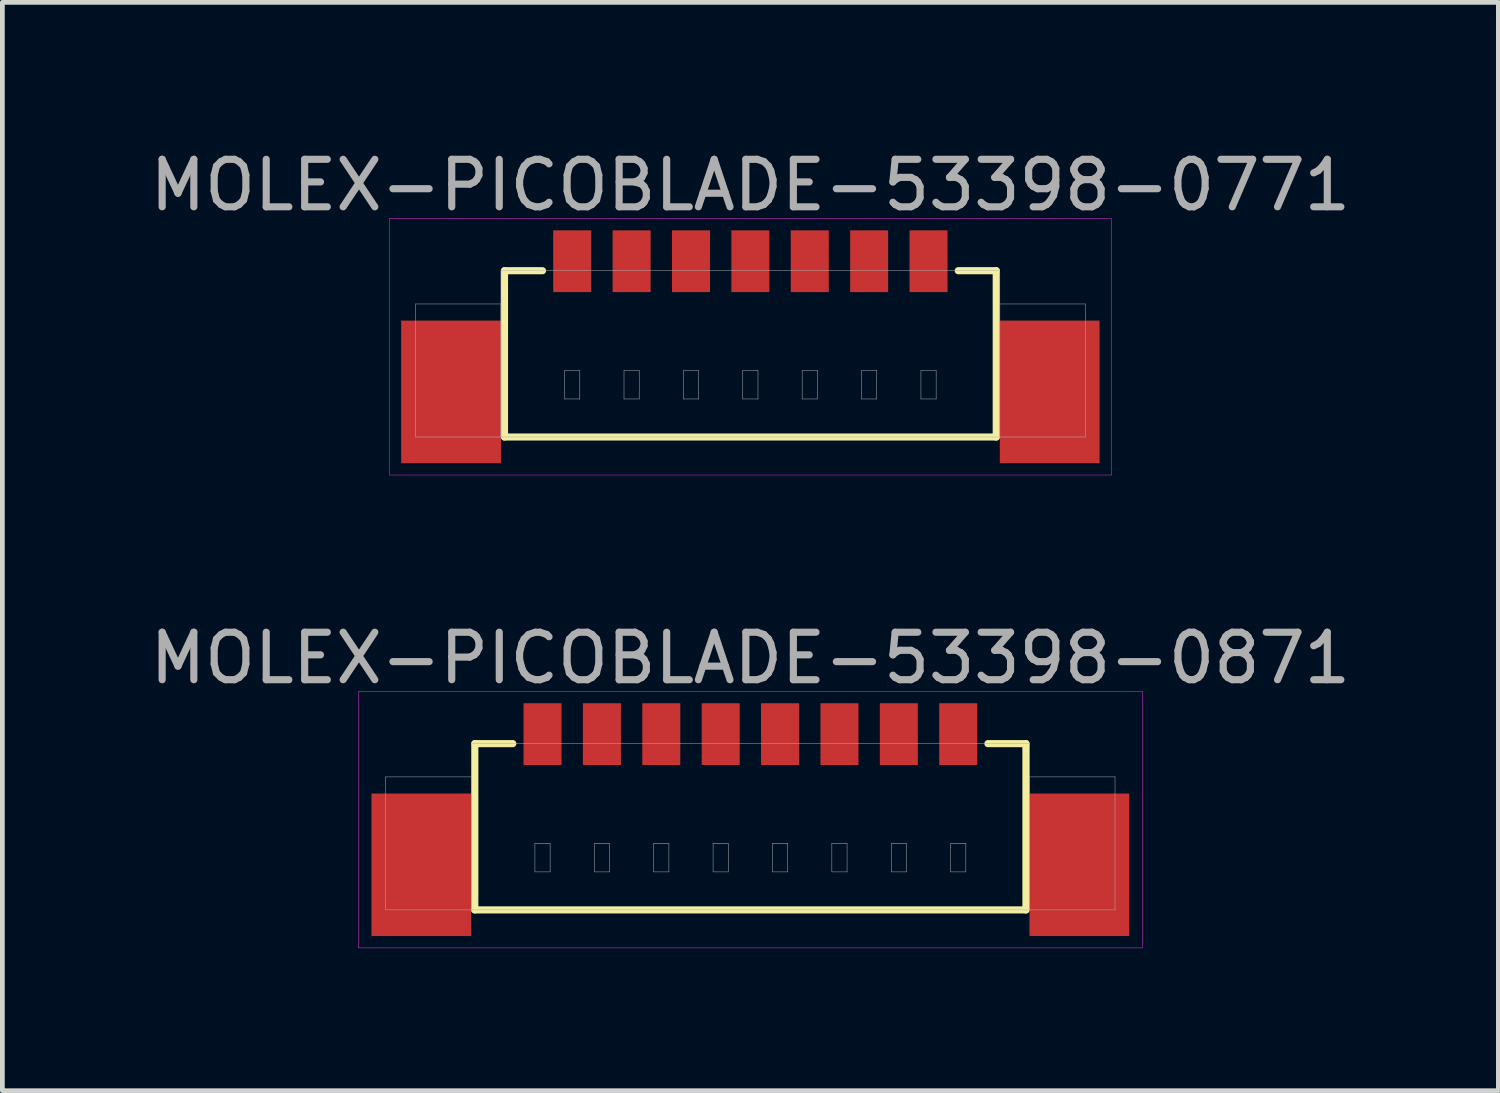
<source format=kicad_pcb>
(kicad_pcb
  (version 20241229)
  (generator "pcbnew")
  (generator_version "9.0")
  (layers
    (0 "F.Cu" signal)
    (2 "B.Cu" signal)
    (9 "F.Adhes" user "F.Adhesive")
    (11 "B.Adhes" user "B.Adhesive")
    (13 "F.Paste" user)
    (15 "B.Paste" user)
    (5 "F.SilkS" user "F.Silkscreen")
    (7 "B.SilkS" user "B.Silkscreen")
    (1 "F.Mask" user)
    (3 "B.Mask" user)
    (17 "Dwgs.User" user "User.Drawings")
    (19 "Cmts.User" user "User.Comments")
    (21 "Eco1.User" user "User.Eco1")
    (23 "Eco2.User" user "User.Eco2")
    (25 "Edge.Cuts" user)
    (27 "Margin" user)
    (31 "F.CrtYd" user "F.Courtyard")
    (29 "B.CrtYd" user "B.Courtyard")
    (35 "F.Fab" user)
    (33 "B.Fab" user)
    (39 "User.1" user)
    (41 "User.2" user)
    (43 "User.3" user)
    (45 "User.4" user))
  (footprint "MOLEX-PICOBLADE-53398-0871"
    (layer "F.Cu")
    (at 12.744 12.402)
    (property "Reference" "MOLEX-PICOBLADE-53398-0871" (at 0 -1.6 0) (layer "F.Fab") (effects (font (size 1 1) (thickness 0.15))))
    (attr through_hole)
    (fp_line (start -5.8 0.2) (end -5.8 3.7) (stroke (width 0.15) (type solid)) (layer "F.SilkS"))
    (fp_line (start -5.8 3.7) (end 5.8 3.7) (stroke (width 0.15) (type solid)) (layer "F.SilkS"))
    (fp_line (start -5 0.2) (end -5.8 0.2) (stroke (width 0.15) (type solid)) (layer "F.SilkS"))
    (fp_line (start 5 0.2) (end 5.8 0.2) (stroke (width 0.15) (type solid)) (layer "F.SilkS"))
    (fp_line (start 5.8 3.7) (end 5.8 0.2) (stroke (width 0.15) (type solid)) (layer "F.SilkS"))
    (fp_line (start -8.25 -0.9) (end 8.25 -0.9) (stroke (width 0.01) (type solid)) (layer "F.CrtYd"))
    (fp_line (start -8.25 4.5) (end -8.25 -0.9) (stroke (width 0.01) (type solid)) (layer "F.CrtYd"))
    (fp_line (start 8.25 -0.9) (end 8.25 4.5) (stroke (width 0.01) (type solid)) (layer "F.CrtYd"))
    (fp_line (start 8.25 4.5) (end -8.25 4.5) (stroke (width 0.01) (type solid)) (layer "F.CrtYd"))
    (fp_line (start -7.675 0.9) (end -5.875 0.9) (stroke (width 0.01) (type solid)) (layer "F.Fab"))
    (fp_line (start -7.675 3.7) (end -7.675 0.9) (stroke (width 0.01) (type solid)) (layer "F.Fab"))
    (fp_line (start -5.875 0.2) (end 5.875 0.2) (stroke (width 0.01) (type solid)) (layer "F.Fab"))
    (fp_line (start -5.875 0.9) (end -5.875 3.7) (stroke (width 0.01) (type solid)) (layer "F.Fab"))
    (fp_line (start -5.875 3.7) (end -7.675 3.7) (stroke (width 0.01) (type solid)) (layer "F.Fab"))
    (fp_line (start -5.875 3.7) (end -5.875 0.2) (stroke (width 0.01) (type solid)) (layer "F.Fab"))
    (fp_line (start -4.535 2.3) (end -4.215 2.3) (stroke (width 0.01) (type solid)) (layer "F.Fab"))
    (fp_line (start -4.535 2.9) (end -4.535 2.3) (stroke (width 0.01) (type solid)) (layer "F.Fab"))
    (fp_line (start -4.215 2.3) (end -4.215 2.9) (stroke (width 0.01) (type solid)) (layer "F.Fab"))
    (fp_line (start -4.215 2.9) (end -4.535 2.9) (stroke (width 0.01) (type solid)) (layer "F.Fab"))
    (fp_line (start -3.285 2.3) (end -2.965 2.3) (stroke (width 0.01) (type solid)) (layer "F.Fab"))
    (fp_line (start -3.285 2.9) (end -3.285 2.3) (stroke (width 0.01) (type solid)) (layer "F.Fab"))
    (fp_line (start -2.965 2.3) (end -2.965 2.9) (stroke (width 0.01) (type solid)) (layer "F.Fab"))
    (fp_line (start -2.965 2.9) (end -3.285 2.9) (stroke (width 0.01) (type solid)) (layer "F.Fab"))
    (fp_line (start -2.035 2.3) (end -1.715 2.3) (stroke (width 0.01) (type solid)) (layer "F.Fab"))
    (fp_line (start -2.035 2.9) (end -2.035 2.3) (stroke (width 0.01) (type solid)) (layer "F.Fab"))
    (fp_line (start -1.715 2.3) (end -1.715 2.9) (stroke (width 0.01) (type solid)) (layer "F.Fab"))
    (fp_line (start -1.715 2.9) (end -2.035 2.9) (stroke (width 0.01) (type solid)) (layer "F.Fab"))
    (fp_line (start -0.785 2.3) (end -0.465 2.3) (stroke (width 0.01) (type solid)) (layer "F.Fab"))
    (fp_line (start -0.785 2.9) (end -0.785 2.3) (stroke (width 0.01) (type solid)) (layer "F.Fab"))
    (fp_line (start -0.465 2.3) (end -0.465 2.9) (stroke (width 0.01) (type solid)) (layer "F.Fab"))
    (fp_line (start -0.465 2.9) (end -0.785 2.9) (stroke (width 0.01) (type solid)) (layer "F.Fab"))
    (fp_line (start 0.465 2.3) (end 0.785 2.3) (stroke (width 0.01) (type solid)) (layer "F.Fab"))
    (fp_line (start 0.465 2.9) (end 0.465 2.3) (stroke (width 0.01) (type solid)) (layer "F.Fab"))
    (fp_line (start 0.785 2.3) (end 0.785 2.9) (stroke (width 0.01) (type solid)) (layer "F.Fab"))
    (fp_line (start 0.785 2.9) (end 0.465 2.9) (stroke (width 0.01) (type solid)) (layer "F.Fab"))
    (fp_line (start 1.715 2.3) (end 2.035 2.3) (stroke (width 0.01) (type solid)) (layer "F.Fab"))
    (fp_line (start 1.715 2.9) (end 1.715 2.3) (stroke (width 0.01) (type solid)) (layer "F.Fab"))
    (fp_line (start 2.035 2.3) (end 2.035 2.9) (stroke (width 0.01) (type solid)) (layer "F.Fab"))
    (fp_line (start 2.035 2.9) (end 1.715 2.9) (stroke (width 0.01) (type solid)) (layer "F.Fab"))
    (fp_line (start 2.965 2.3) (end 3.285 2.3) (stroke (width 0.01) (type solid)) (layer "F.Fab"))
    (fp_line (start 2.965 2.9) (end 2.965 2.3) (stroke (width 0.01) (type solid)) (layer "F.Fab"))
    (fp_line (start 3.285 2.3) (end 3.285 2.9) (stroke (width 0.01) (type solid)) (layer "F.Fab"))
    (fp_line (start 3.285 2.9) (end 2.965 2.9) (stroke (width 0.01) (type solid)) (layer "F.Fab"))
    (fp_line (start 4.215 2.3) (end 4.535 2.3) (stroke (width 0.01) (type solid)) (layer "F.Fab"))
    (fp_line (start 4.215 2.9) (end 4.215 2.3) (stroke (width 0.01) (type solid)) (layer "F.Fab"))
    (fp_line (start 4.535 2.3) (end 4.535 2.9) (stroke (width 0.01) (type solid)) (layer "F.Fab"))
    (fp_line (start 4.535 2.9) (end 4.215 2.9) (stroke (width 0.01) (type solid)) (layer "F.Fab"))
    (fp_line (start 5.875 0.2) (end 5.875 3.7) (stroke (width 0.01) (type solid)) (layer "F.Fab"))
    (fp_line (start 5.875 0.9) (end 7.675 0.9) (stroke (width 0.01) (type solid)) (layer "F.Fab"))
    (fp_line (start 5.875 3.7) (end -5.875 3.7) (stroke (width 0.01) (type solid)) (layer "F.Fab"))
    (fp_line (start 5.875 3.7) (end 5.875 0.9) (stroke (width 0.01) (type solid)) (layer "F.Fab"))
    (fp_line (start 7.675 0.9) (end 7.675 3.7) (stroke (width 0.01) (type solid)) (layer "F.Fab"))
    (fp_line (start 7.675 3.7) (end 5.875 3.7) (stroke (width 0.01) (type solid)) (layer "F.Fab"))
    (pad "" smd rect (at -6.925 2.75) (size 2.1 3) (layers "F.Cu" "F.Mask" "F.Paste"))
    (pad "" smd rect (at 6.925 2.75) (size 2.1 3) (layers "F.Cu" "F.Mask" "F.Paste"))
    (pad "1" smd rect (at -4.375 0) (size 0.8 1.3) (layers "F.Cu" "F.Mask" "F.Paste"))
    (pad "2" smd rect (at -3.125 0) (size 0.8 1.3) (layers "F.Cu" "F.Mask" "F.Paste"))
    (pad "3" smd rect (at -1.875 0) (size 0.8 1.3) (layers "F.Cu" "F.Mask" "F.Paste"))
    (pad "4" smd rect (at -0.625 0) (size 0.8 1.3) (layers "F.Cu" "F.Mask" "F.Paste"))
    (pad "5" smd rect (at 0.625 0) (size 0.8 1.3) (layers "F.Cu" "F.Mask" "F.Paste"))
    (pad "6" smd rect (at 1.875 0) (size 0.8 1.3) (layers "F.Cu" "F.Mask" "F.Paste"))
    (pad "7" smd rect (at 3.125 0) (size 0.8 1.3) (layers "F.Cu" "F.Mask" "F.Paste"))
    (pad "8" smd rect (at 4.375 0) (size 0.8 1.3) (layers "F.Cu" "F.Mask" "F.Paste")))
  (footprint "MOLEX-PICOBLADE-53398-0771"
    (layer "F.Cu")
    (at 12.744 2.448)
    (property "Reference" "MOLEX-PICOBLADE-53398-0771" (at 0 -1.6 0) (layer "F.Fab") (effects (font (size 1 1) (thickness 0.15))))
    (attr through_hole)
    (fp_line (start -5.175 0.2) (end -5.175 3.7) (stroke (width 0.15) (type solid)) (layer "F.SilkS"))
    (fp_line (start -5.175 3.7) (end 5.175 3.7) (stroke (width 0.15) (type solid)) (layer "F.SilkS"))
    (fp_line (start -4.375 0.2) (end -5.175 0.2) (stroke (width 0.15) (type solid)) (layer "F.SilkS"))
    (fp_line (start 4.375 0.2) (end 5.175 0.2) (stroke (width 0.15) (type solid)) (layer "F.SilkS"))
    (fp_line (start 5.175 3.7) (end 5.175 0.2) (stroke (width 0.15) (type solid)) (layer "F.SilkS"))
    (fp_line (start -7.6 -0.9) (end 7.6 -0.9) (stroke (width 0.01) (type solid)) (layer "F.CrtYd"))
    (fp_line (start -7.6 4.5) (end -7.6 -0.9) (stroke (width 0.01) (type solid)) (layer "F.CrtYd"))
    (fp_line (start 7.6 -0.9) (end 7.6 4.5) (stroke (width 0.01) (type solid)) (layer "F.CrtYd"))
    (fp_line (start 7.6 4.5) (end -7.6 4.5) (stroke (width 0.01) (type solid)) (layer "F.CrtYd"))
    (fp_line (start -7.05 0.9) (end -5.25 0.9) (stroke (width 0.01) (type solid)) (layer "F.Fab"))
    (fp_line (start -7.05 3.7) (end -7.05 0.9) (stroke (width 0.01) (type solid)) (layer "F.Fab"))
    (fp_line (start -5.25 0.2) (end 5.25 0.2) (stroke (width 0.01) (type solid)) (layer "F.Fab"))
    (fp_line (start -5.25 0.9) (end -5.25 3.7) (stroke (width 0.01) (type solid)) (layer "F.Fab"))
    (fp_line (start -5.25 3.7) (end -7.05 3.7) (stroke (width 0.01) (type solid)) (layer "F.Fab"))
    (fp_line (start -5.25 3.7) (end -5.25 0.2) (stroke (width 0.01) (type solid)) (layer "F.Fab"))
    (fp_line (start -3.91 2.3) (end -3.59 2.3) (stroke (width 0.01) (type solid)) (layer "F.Fab"))
    (fp_line (start -3.91 2.9) (end -3.91 2.3) (stroke (width 0.01) (type solid)) (layer "F.Fab"))
    (fp_line (start -3.59 2.3) (end -3.59 2.9) (stroke (width 0.01) (type solid)) (layer "F.Fab"))
    (fp_line (start -3.59 2.9) (end -3.91 2.9) (stroke (width 0.01) (type solid)) (layer "F.Fab"))
    (fp_line (start -2.66 2.3) (end -2.34 2.3) (stroke (width 0.01) (type solid)) (layer "F.Fab"))
    (fp_line (start -2.66 2.9) (end -2.66 2.3) (stroke (width 0.01) (type solid)) (layer "F.Fab"))
    (fp_line (start -2.34 2.3) (end -2.34 2.9) (stroke (width 0.01) (type solid)) (layer "F.Fab"))
    (fp_line (start -2.34 2.9) (end -2.66 2.9) (stroke (width 0.01) (type solid)) (layer "F.Fab"))
    (fp_line (start -1.41 2.3) (end -1.09 2.3) (stroke (width 0.01) (type solid)) (layer "F.Fab"))
    (fp_line (start -1.41 2.9) (end -1.41 2.3) (stroke (width 0.01) (type solid)) (layer "F.Fab"))
    (fp_line (start -1.09 2.3) (end -1.09 2.9) (stroke (width 0.01) (type solid)) (layer "F.Fab"))
    (fp_line (start -1.09 2.9) (end -1.41 2.9) (stroke (width 0.01) (type solid)) (layer "F.Fab"))
    (fp_line (start -0.16 2.3) (end 0.16 2.3) (stroke (width 0.01) (type solid)) (layer "F.Fab"))
    (fp_line (start -0.16 2.9) (end -0.16 2.3) (stroke (width 0.01) (type solid)) (layer "F.Fab"))
    (fp_line (start 0.16 2.3) (end 0.16 2.9) (stroke (width 0.01) (type solid)) (layer "F.Fab"))
    (fp_line (start 0.16 2.9) (end -0.16 2.9) (stroke (width 0.01) (type solid)) (layer "F.Fab"))
    (fp_line (start 1.09 2.3) (end 1.41 2.3) (stroke (width 0.01) (type solid)) (layer "F.Fab"))
    (fp_line (start 1.09 2.9) (end 1.09 2.3) (stroke (width 0.01) (type solid)) (layer "F.Fab"))
    (fp_line (start 1.41 2.3) (end 1.41 2.9) (stroke (width 0.01) (type solid)) (layer "F.Fab"))
    (fp_line (start 1.41 2.9) (end 1.09 2.9) (stroke (width 0.01) (type solid)) (layer "F.Fab"))
    (fp_line (start 2.34 2.3) (end 2.66 2.3) (stroke (width 0.01) (type solid)) (layer "F.Fab"))
    (fp_line (start 2.34 2.9) (end 2.34 2.3) (stroke (width 0.01) (type solid)) (layer "F.Fab"))
    (fp_line (start 2.66 2.3) (end 2.66 2.9) (stroke (width 0.01) (type solid)) (layer "F.Fab"))
    (fp_line (start 2.66 2.9) (end 2.34 2.9) (stroke (width 0.01) (type solid)) (layer "F.Fab"))
    (fp_line (start 3.59 2.3) (end 3.91 2.3) (stroke (width 0.01) (type solid)) (layer "F.Fab"))
    (fp_line (start 3.59 2.9) (end 3.59 2.3) (stroke (width 0.01) (type solid)) (layer "F.Fab"))
    (fp_line (start 3.91 2.3) (end 3.91 2.9) (stroke (width 0.01) (type solid)) (layer "F.Fab"))
    (fp_line (start 3.91 2.9) (end 3.59 2.9) (stroke (width 0.01) (type solid)) (layer "F.Fab"))
    (fp_line (start 5.25 0.2) (end 5.25 3.7) (stroke (width 0.01) (type solid)) (layer "F.Fab"))
    (fp_line (start 5.25 0.9) (end 7.05 0.9) (stroke (width 0.01) (type solid)) (layer "F.Fab"))
    (fp_line (start 5.25 3.7) (end -5.25 3.7) (stroke (width 0.01) (type solid)) (layer "F.Fab"))
    (fp_line (start 5.25 3.7) (end 5.25 0.9) (stroke (width 0.01) (type solid)) (layer "F.Fab"))
    (fp_line (start 7.05 0.9) (end 7.05 3.7) (stroke (width 0.01) (type solid)) (layer "F.Fab"))
    (fp_line (start 7.05 3.7) (end 5.25 3.7) (stroke (width 0.01) (type solid)) (layer "F.Fab"))
    (pad "" smd rect (at -6.3 2.75) (size 2.1 3) (layers "F.Cu" "F.Mask" "F.Paste"))
    (pad "" smd rect (at 6.3 2.75) (size 2.1 3) (layers "F.Cu" "F.Mask" "F.Paste"))
    (pad "1" smd rect (at -3.75 0) (size 0.8 1.3) (layers "F.Cu" "F.Mask" "F.Paste"))
    (pad "2" smd rect (at -2.5 0) (size 0.8 1.3) (layers "F.Cu" "F.Mask" "F.Paste"))
    (pad "3" smd rect (at -1.25 0) (size 0.8 1.3) (layers "F.Cu" "F.Mask" "F.Paste"))
    (pad "4" smd rect (at 0 0) (size 0.8 1.3) (layers "F.Cu" "F.Mask" "F.Paste"))
    (pad "5" smd rect (at 1.25 0) (size 0.8 1.3) (layers "F.Cu" "F.Mask" "F.Paste"))
    (pad "6" smd rect (at 2.5 0) (size 0.8 1.3) (layers "F.Cu" "F.Mask" "F.Paste"))
    (pad "7" smd rect (at 3.75 0) (size 0.8 1.3) (layers "F.Cu" "F.Mask" "F.Paste")))
  (gr_rect
    (start -3 -3)
    (end 28.488 19.907)
    (stroke (width 0.1) (type default))
    (fill no)
    (layer "Edge.Cuts")))
</source>
